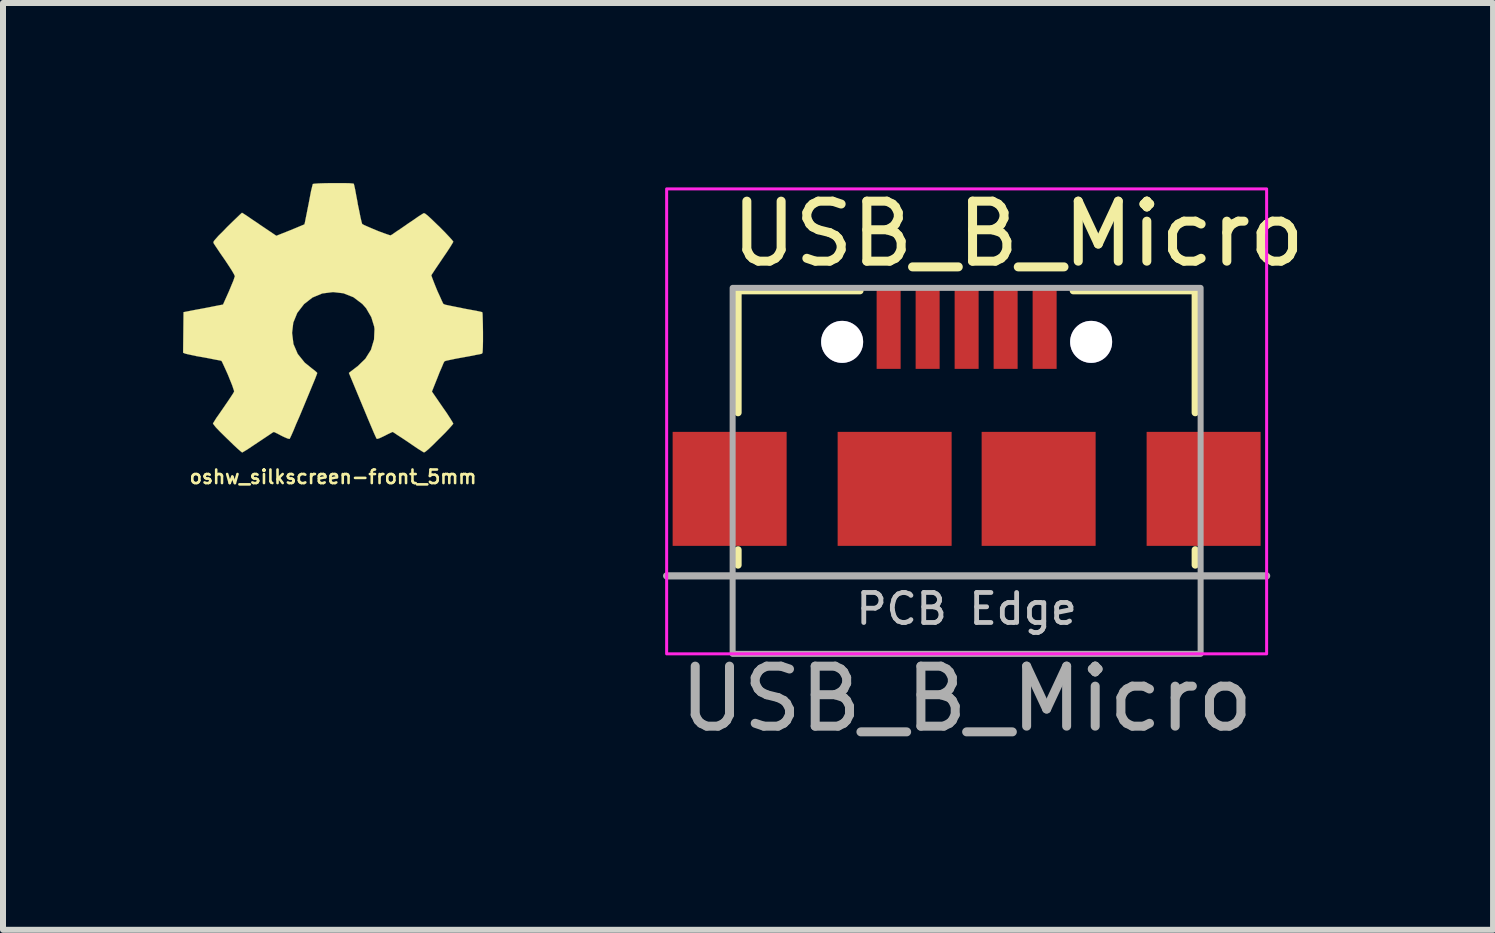
<source format=kicad_pcb>
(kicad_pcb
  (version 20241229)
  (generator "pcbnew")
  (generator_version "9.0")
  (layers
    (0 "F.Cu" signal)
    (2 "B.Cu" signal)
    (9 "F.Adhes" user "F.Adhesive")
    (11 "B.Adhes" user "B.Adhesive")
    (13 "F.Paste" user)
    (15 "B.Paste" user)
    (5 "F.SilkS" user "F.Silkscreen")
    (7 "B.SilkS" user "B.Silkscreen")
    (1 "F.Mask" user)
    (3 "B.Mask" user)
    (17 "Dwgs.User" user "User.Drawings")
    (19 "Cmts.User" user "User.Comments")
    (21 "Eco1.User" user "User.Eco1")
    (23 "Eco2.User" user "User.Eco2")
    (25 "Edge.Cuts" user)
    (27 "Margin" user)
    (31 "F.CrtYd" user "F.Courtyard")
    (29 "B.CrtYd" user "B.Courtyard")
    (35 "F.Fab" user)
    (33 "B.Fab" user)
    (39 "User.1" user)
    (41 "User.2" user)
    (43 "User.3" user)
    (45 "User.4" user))
  (footprint "USB_B_Micro"
    (layer "F.Cu")
    (at 13.061 3.348)
    (property "Reference" "USB_B_Micro" (at -4 -2.5 0) (unlocked yes) (layer "F.SilkS") (effects (font (size 1 1) (thickness 0.15)) (justify left)))
    (attr smd)
    (fp_line (start -3.81 -1.552) (end -3.81 0.48) (stroke (width 0.12) (type solid)) (layer "F.SilkS"))
    (fp_line (start -3.81 2.766) (end -3.81 3.02) (stroke (width 0.12) (type solid)) (layer "F.SilkS"))
    (fp_line (start -1.778 -1.552) (end -3.81 -1.552) (stroke (width 0.12) (type solid)) (layer "F.SilkS"))
    (fp_line (start 3.81 -1.552) (end 1.778 -1.552) (stroke (width 0.12) (type solid)) (layer "F.SilkS"))
    (fp_line (start 3.81 0.48) (end 3.81 -1.552) (stroke (width 0.12) (type solid)) (layer "F.SilkS"))
    (fp_line (start 3.81 2.766) (end 3.81 3.02) (stroke (width 0.12) (type solid)) (layer "F.SilkS"))
    (fp_rect (start -5 -3.25) (end 5 4.5) (stroke (width 0.05) (type solid)) (fill no) (layer "F.CrtYd"))
    (fp_line (start -5 3.2) (end 5 3.2) (stroke (width 0.12) (type solid)) (layer "F.Fab"))
    (fp_rect (start -3.9 -1.6) (end 3.9 4.5) (stroke (width 0.1) (type solid)) (fill no) (layer "F.Fab"))
    (fp_text user "PCB Edge" (at 0 3.75 0) (layer "Dwgs.User") (effects (font (size 0.5 0.5) (thickness 0.08))))
    (fp_text user "${REFERENCE}" (at 0 5.25 0) (unlocked yes) (layer "F.Fab") (effects (font (size 1 1) (thickness 0.15))))
    (pad "" thru_hole circle (at -2.075 -0.7) (size 0.7 0.7) (drill 0.7) (layers "*.Mask"))
    (pad "" thru_hole circle (at 2.075 -0.7) (size 0.7 0.7) (drill 0.7) (layers "*.Mask"))
    (pad "1" smd rect (at -1.3 -0.925) (size 0.4 1.35) (layers "F.Cu" "F.Mask" "F.Paste"))
    (pad "2" smd rect (at -0.65 -0.925) (size 0.4 1.35) (layers "F.Cu" "F.Mask" "F.Paste"))
    (pad "3" smd rect (at 0 -0.925) (size 0.4 1.35) (layers "F.Cu" "F.Mask" "F.Paste"))
    (pad "4" smd rect (at 0.65 -0.925) (size 0.4 1.35) (layers "F.Cu" "F.Mask" "F.Paste"))
    (pad "5" smd rect (at 1.3 -0.925) (size 0.4 1.35) (layers "F.Cu" "F.Mask" "F.Paste"))
    (pad "6" smd rect (at -3.95 1.75) (size 1.9 1.9) (layers "F.Cu" "F.Mask" "F.Paste"))
    (pad "6" smd rect (at -1.2 1.75) (size 1.9 1.9) (layers "F.Cu" "F.Mask" "F.Paste"))
    (pad "6" smd rect (at 1.2 1.75) (size 1.9 1.9) (layers "F.Cu" "F.Mask" "F.Paste"))
    (pad "6" smd rect (at 3.95 1.75) (size 1.9 1.9) (layers "F.Cu" "F.Mask" "F.Paste")))
  (footprint "oshw_silkscreen-front_5mm"
    (layer "F.Cu")
    (at 2.501 2.247)
    (property "Reference" "oshw_silkscreen-front_5mm" (at 0 2.652 0) (layer "F.SilkS") (effects (font (size 0.226 0.226) (thickness 0.043))))
    (fp_poly (pts (xy -1.514 2.245) (xy -1.488 2.23) (xy -1.43 2.195) (xy -1.346 2.139) (xy -1.247 2.073) (xy -1.148 2.007) (xy -1.067 1.953) (xy -1.011 1.915) (xy -0.986 1.902) (xy -0.973 1.908) (xy -0.927 1.93) (xy -0.859 1.966) (xy -0.818 1.986) (xy -0.757 2.012) (xy -0.724 2.019) (xy -0.719 2.009) (xy -0.696 1.961) (xy -0.66 1.88) (xy -0.615 1.77) (xy -0.559 1.643) (xy -0.503 1.509) (xy -0.445 1.369) (xy -0.389 1.234) (xy -0.34 1.115) (xy -0.3 1.019) (xy -0.274 0.95) (xy -0.264 0.922) (xy -0.267 0.914) (xy -0.3 0.884) (xy -0.353 0.843) (xy -0.472 0.747) (xy -0.589 0.602) (xy -0.66 0.437) (xy -0.683 0.251) (xy -0.663 0.081) (xy -0.597 -0.081) (xy -0.483 -0.229) (xy -0.343 -0.338) (xy -0.18 -0.406) (xy 0 -0.429) (xy 0.173 -0.409) (xy 0.34 -0.343) (xy 0.488 -0.231) (xy 0.551 -0.16) (xy 0.638 -0.01) (xy 0.686 0.147) (xy 0.691 0.188) (xy 0.683 0.363) (xy 0.632 0.533) (xy 0.538 0.683) (xy 0.409 0.808) (xy 0.394 0.818) (xy 0.335 0.864) (xy 0.295 0.894) (xy 0.264 0.919) (xy 0.488 1.458) (xy 0.523 1.542) (xy 0.584 1.689) (xy 0.638 1.816) (xy 0.681 1.918) (xy 0.711 1.984) (xy 0.724 2.012) (xy 0.724 2.014) (xy 0.744 2.017) (xy 0.785 2.002) (xy 0.861 1.966) (xy 0.909 1.941) (xy 0.968 1.913) (xy 0.993 1.902) (xy 1.016 1.915) (xy 1.069 1.951) (xy 1.151 2.004) (xy 1.247 2.068) (xy 1.339 2.131) (xy 1.422 2.187) (xy 1.483 2.225) (xy 1.514 2.243) (xy 1.519 2.243) (xy 1.544 2.228) (xy 1.593 2.187) (xy 1.666 2.118) (xy 1.77 2.014) (xy 1.786 1.999) (xy 1.872 1.913) (xy 1.941 1.839) (xy 1.986 1.788) (xy 2.004 1.765) (xy 1.989 1.735) (xy 1.951 1.674) (xy 1.895 1.587) (xy 1.826 1.488) (xy 1.648 1.229) (xy 1.745 0.986) (xy 1.775 0.909) (xy 1.814 0.82) (xy 1.841 0.754) (xy 1.857 0.726) (xy 1.882 0.716) (xy 1.951 0.701) (xy 2.047 0.681) (xy 2.162 0.66) (xy 2.273 0.64) (xy 2.372 0.62) (xy 2.443 0.607) (xy 2.477 0.599) (xy 2.484 0.594) (xy 2.492 0.579) (xy 2.494 0.546) (xy 2.497 0.485) (xy 2.499 0.391) (xy 2.499 0.251) (xy 2.499 0.236) (xy 2.497 0.107) (xy 2.494 0) (xy 2.492 -0.066) (xy 2.487 -0.094) (xy 2.456 -0.102) (xy 2.385 -0.117) (xy 2.286 -0.135) (xy 2.167 -0.157) (xy 2.159 -0.16) (xy 2.042 -0.183) (xy 1.943 -0.203) (xy 1.872 -0.218) (xy 1.844 -0.229) (xy 1.836 -0.236) (xy 1.814 -0.282) (xy 1.781 -0.356) (xy 1.74 -0.445) (xy 1.702 -0.538) (xy 1.669 -0.622) (xy 1.646 -0.683) (xy 1.638 -0.711) (xy 1.641 -0.714) (xy 1.659 -0.742) (xy 1.699 -0.803) (xy 1.755 -0.886) (xy 1.824 -0.988) (xy 1.829 -0.996) (xy 1.897 -1.095) (xy 1.953 -1.181) (xy 1.989 -1.24) (xy 2.004 -1.267) (xy 2.004 -1.27) (xy 1.981 -1.3) (xy 1.93 -1.356) (xy 1.857 -1.433) (xy 1.77 -1.521) (xy 1.742 -1.547) (xy 1.643 -1.643) (xy 1.577 -1.704) (xy 1.534 -1.737) (xy 1.514 -1.745) (xy 1.483 -1.727) (xy 1.42 -1.687) (xy 1.336 -1.628) (xy 1.234 -1.56) (xy 1.227 -1.554) (xy 1.128 -1.486) (xy 1.044 -1.43) (xy 0.986 -1.389) (xy 0.958 -1.374) (xy 0.955 -1.374) (xy 0.914 -1.387) (xy 0.843 -1.412) (xy 0.754 -1.445) (xy 0.663 -1.483) (xy 0.579 -1.519) (xy 0.516 -1.547) (xy 0.485 -1.565) (xy 0.475 -1.6) (xy 0.457 -1.676) (xy 0.437 -1.778) (xy 0.411 -1.9) (xy 0.409 -1.92) (xy 0.386 -2.04) (xy 0.368 -2.139) (xy 0.353 -2.207) (xy 0.345 -2.235) (xy 0.33 -2.238) (xy 0.272 -2.243) (xy 0.183 -2.245) (xy 0.074 -2.245) (xy -0.038 -2.245) (xy -0.147 -2.243) (xy -0.241 -2.24) (xy -0.31 -2.235) (xy -0.338 -2.23) (xy -0.338 -2.228) (xy -0.348 -2.189) (xy -0.366 -2.116) (xy -0.386 -2.012) (xy -0.409 -1.89) (xy -0.414 -1.867) (xy -0.437 -1.75) (xy -0.457 -1.651) (xy -0.47 -1.585) (xy -0.478 -1.557) (xy -0.49 -1.552) (xy -0.538 -1.532) (xy -0.617 -1.499) (xy -0.716 -1.458) (xy -0.945 -1.367) (xy -1.227 -1.557) (xy -1.252 -1.575) (xy -1.354 -1.643) (xy -1.435 -1.699) (xy -1.494 -1.737) (xy -1.516 -1.75) (xy -1.519 -1.75) (xy -1.547 -1.725) (xy -1.603 -1.671) (xy -1.679 -1.598) (xy -1.768 -1.511) (xy -1.831 -1.445) (xy -1.91 -1.367) (xy -1.958 -1.313) (xy -1.986 -1.28) (xy -1.994 -1.26) (xy -1.991 -1.245) (xy -1.974 -1.217) (xy -1.933 -1.156) (xy -1.875 -1.069) (xy -1.806 -0.97) (xy -1.75 -0.886) (xy -1.689 -0.792) (xy -1.651 -0.726) (xy -1.636 -0.693) (xy -1.641 -0.681) (xy -1.659 -0.625) (xy -1.694 -0.541) (xy -1.735 -0.442) (xy -1.834 -0.221) (xy -1.979 -0.193) (xy -2.068 -0.175) (xy -2.189 -0.152) (xy -2.309 -0.13) (xy -2.492 -0.094) (xy -2.499 0.582) (xy -2.471 0.594) (xy -2.443 0.602) (xy -2.375 0.617) (xy -2.278 0.638) (xy -2.162 0.658) (xy -2.065 0.676) (xy -1.966 0.696) (xy -1.895 0.709) (xy -1.864 0.716) (xy -1.854 0.726) (xy -1.831 0.775) (xy -1.796 0.851) (xy -1.755 0.942) (xy -1.717 1.036) (xy -1.681 1.125) (xy -1.659 1.191) (xy -1.648 1.224) (xy -1.661 1.252) (xy -1.699 1.311) (xy -1.753 1.392) (xy -1.821 1.491) (xy -1.887 1.587) (xy -1.946 1.671) (xy -1.984 1.732) (xy -2.002 1.76) (xy -1.991 1.778) (xy -1.953 1.826) (xy -1.88 1.902) (xy -1.768 2.012) (xy -1.75 2.029) (xy -1.664 2.113) (xy -1.59 2.182) (xy -1.537 2.228) (xy -1.514 2.245)) (stroke (width 0.003) (type solid)) (fill yes) (layer "F.SilkS")))
  (gr_rect
    (start -3 -3)
    (end 21.835 12.447)
    (stroke (width 0.1) (type default))
    (fill no)
    (layer "Edge.Cuts")))
</source>
